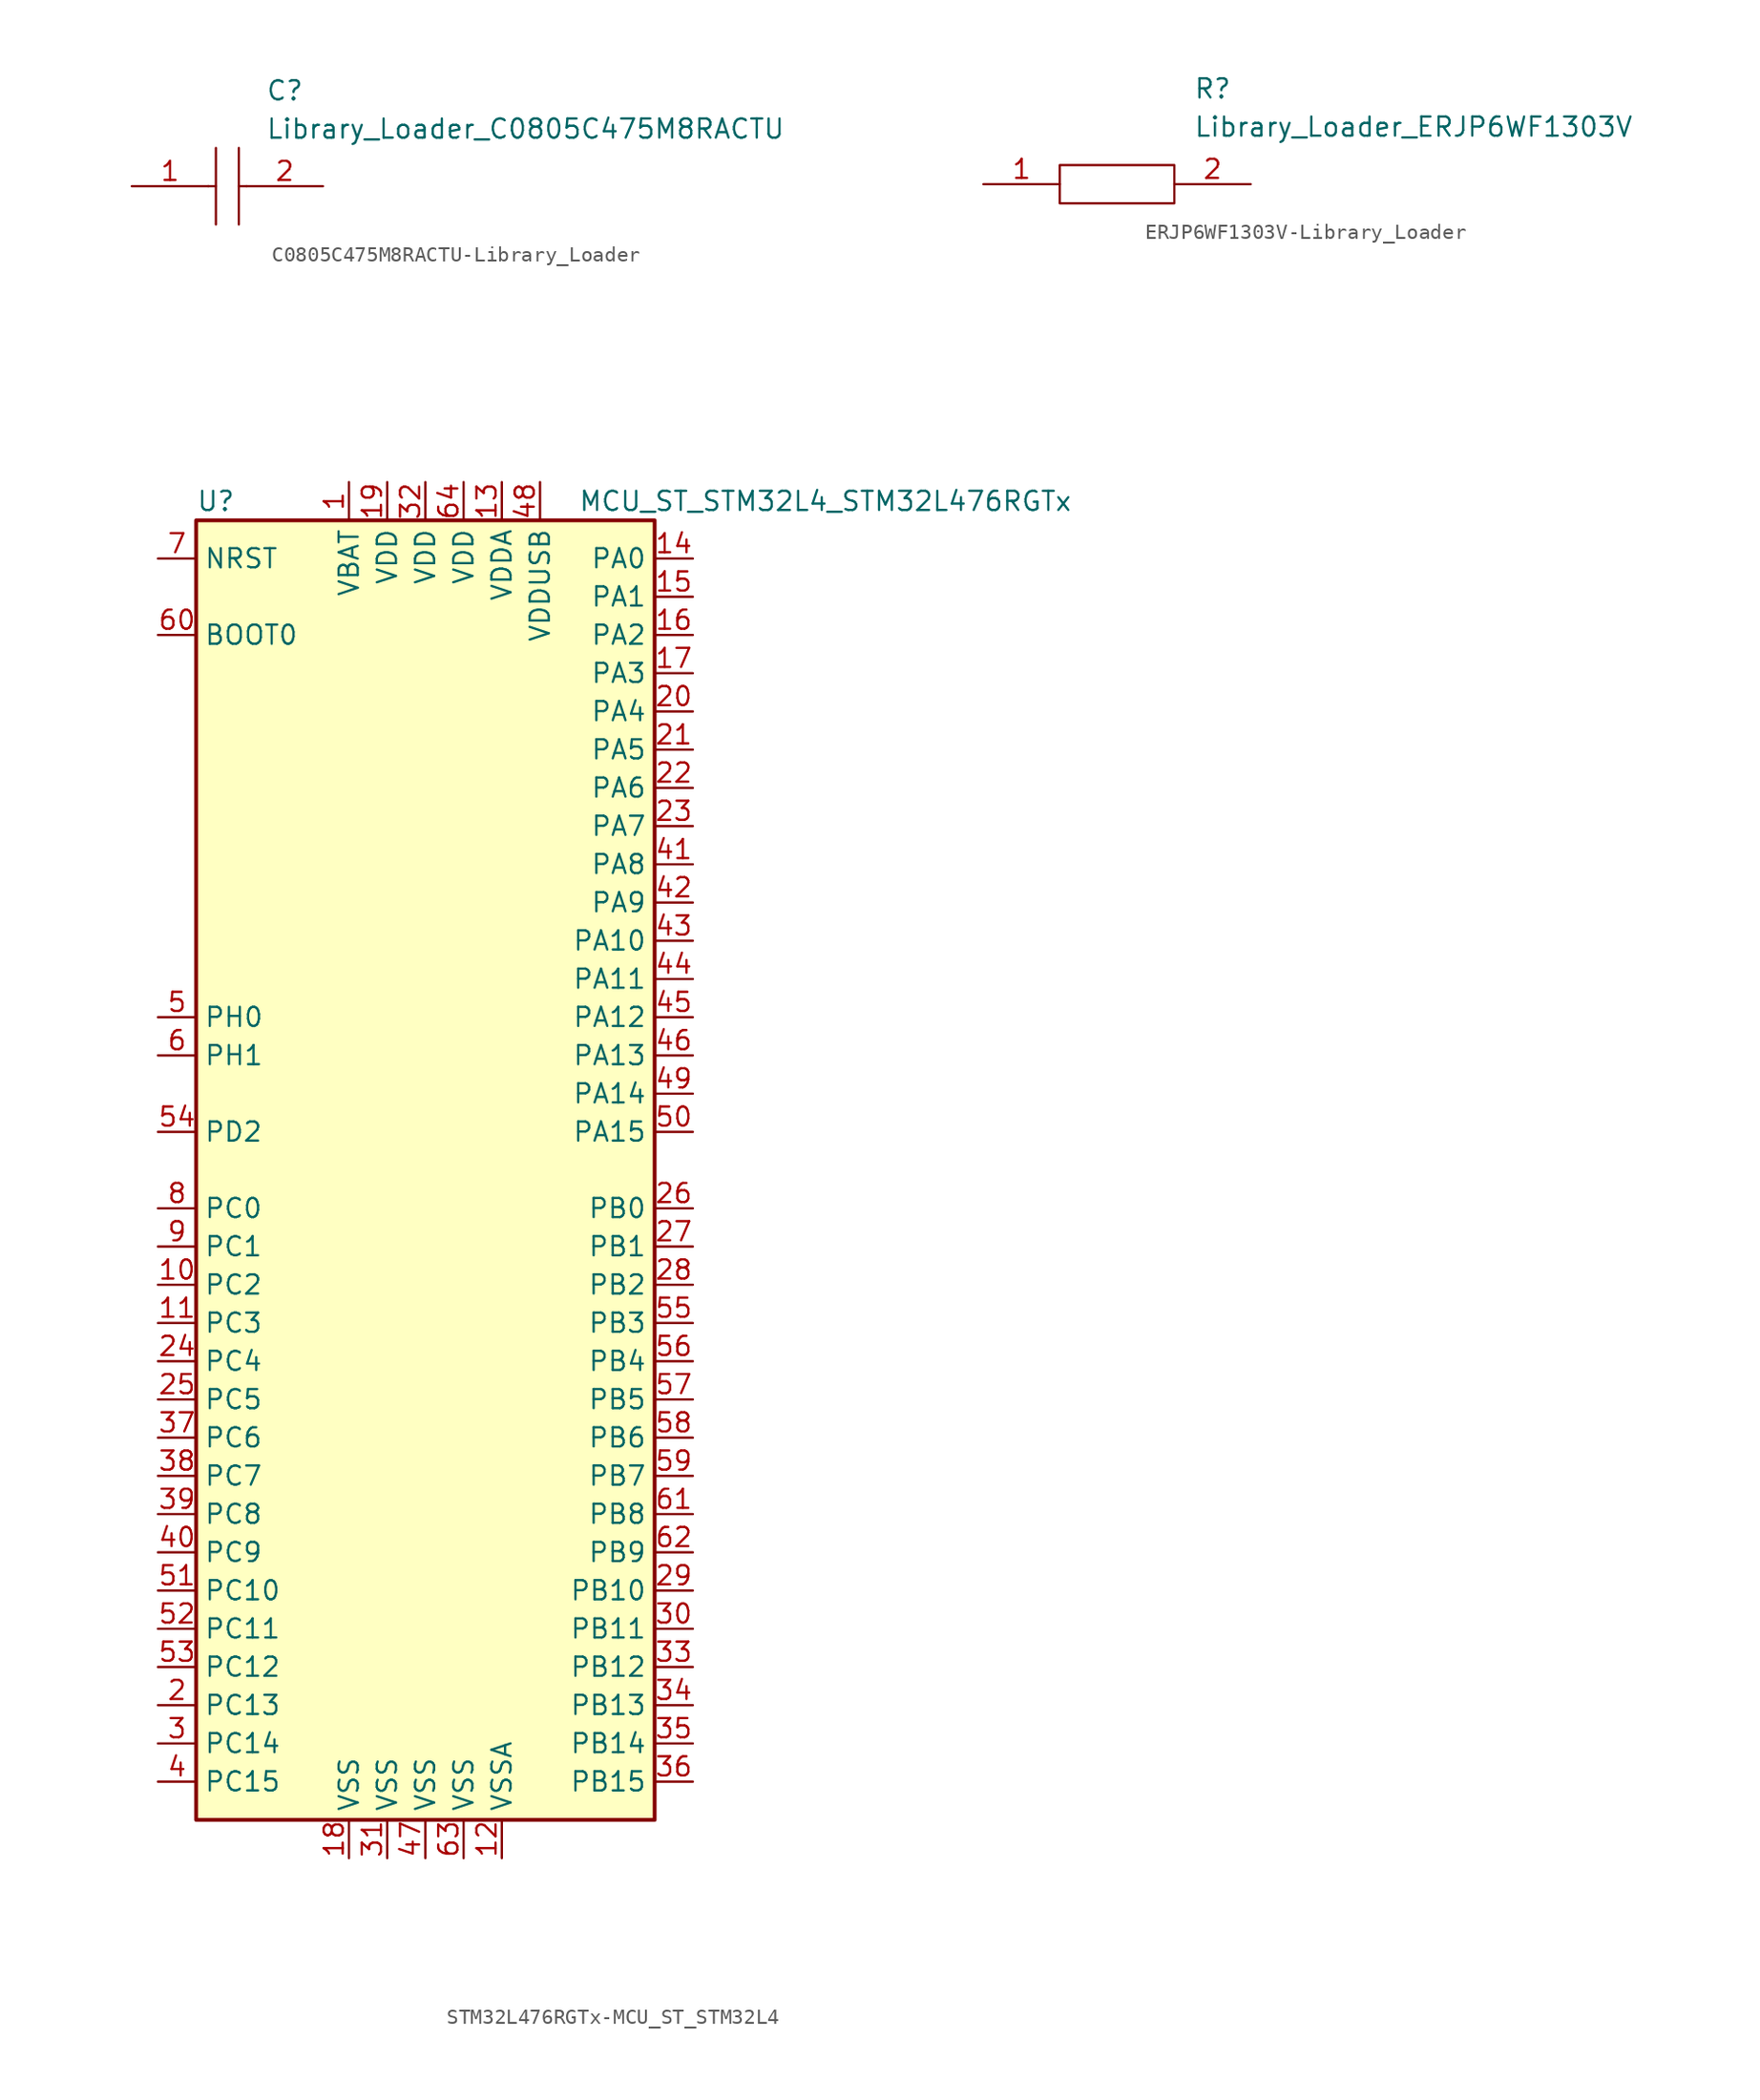
<source format=kicad_sym>
(kicad_symbol_lib
  (version 20220914)
  (generator kicad_symbol_editor)
  (symbol "C0805C475M8RACTU-Library_Loader"
    (pin_names
      (offset 0.762))
    (property "Reference" "C"
      (at 8.89 6.35 0)
      (effects (font (size 1.27 1.27)) (justify left)))
    (property "Value" "Library_Loader_C0805C475M8RACTU"
      (at 8.89 3.81 0)
      (effects (font (size 1.27 1.27)) (justify left)))
    (symbol "C0805C475M8RACTU-Library_Loader_0_0"
      (pin passive line (at 0 0 0) (length 5.08) (name "~" (effects (font (size 1.27 1.27)))) (number "1" (effects (font (size 1.27 1.27)))))
      (pin passive line (at 12.7 0 180) (length 5.08) (name "~" (effects (font (size 1.27 1.27)))) (number "2" (effects (font (size 1.27 1.27))))))
    (symbol "C0805C475M8RACTU-Library_Loader_0_1"
      (polyline (pts (xy 5.08 0) (xy 5.588 0)) (stroke (width 0.152) (type solid)) (fill (type none)))
      (polyline (pts (xy 5.588 2.54) (xy 5.588 -2.54)) (stroke (width 0.152) (type solid)) (fill (type none)))
      (polyline (pts (xy 7.112 0) (xy 7.62 0)) (stroke (width 0.152) (type solid)) (fill (type none)))
      (polyline (pts (xy 7.112 2.54) (xy 7.112 -2.54)) (stroke (width 0.152) (type solid)) (fill (type none)))))
  (symbol "ERJP6WF1303V-Library_Loader"
    (pin_names
      (offset 0.762))
    (property "Reference" "R"
      (at 13.97 6.35 0)
      (effects (font (size 1.27 1.27)) (justify left)))
    (property "Value" "Library_Loader_ERJP6WF1303V"
      (at 13.97 3.81 0)
      (effects (font (size 1.27 1.27)) (justify left)))
    (symbol "ERJP6WF1303V-Library_Loader_0_0"
      (pin passive line (at 0 0 0) (length 5.08) (name "~" (effects (font (size 1.27 1.27)))) (number "1" (effects (font (size 1.27 1.27)))))
      (pin passive line (at 17.78 0 180) (length 5.08) (name "~" (effects (font (size 1.27 1.27)))) (number "2" (effects (font (size 1.27 1.27))))))
    (symbol "ERJP6WF1303V-Library_Loader_0_1"
      (polyline (pts (xy 5.08 1.27) (xy 12.7 1.27) (xy 12.7 -1.27) (xy 5.08 -1.27) (xy 5.08 1.27)) (stroke (width 0.152) (type solid)) (fill (type none)))))
  (symbol "STM32L476RGTx-MCU_ST_STM32L4"
    (property "Reference" "U"
      (at -15.24 44.45 0)
      (effects (font (size 1.27 1.27)) (justify left)))
    (property "Value" "MCU_ST_STM32L4_STM32L476RGTx"
      (at 10.16 44.45 0)
      (effects (font (size 1.27 1.27)) (justify left)))
    (symbol "STM32L476RGTx-MCU_ST_STM32L4_0_1"
      (rectangle (start -15.24 -43.18) (end 15.24 43.18) (stroke (width 0.254) (type solid)) (fill (type background))))
    (symbol "STM32L476RGTx-MCU_ST_STM32L4_1_1"
      (pin power_in line (at -5.08 45.72 270) (length 2.54) (name "VBAT" (effects (font (size 1.27 1.27)))) (number "1" (effects (font (size 1.27 1.27)))))
      (pin bidirectional line (at -17.78 -7.62 0) (length 2.54) (name "PC2" (effects (font (size 1.27 1.27)))) (number "10" (effects (font (size 1.27 1.27)))))
      (pin bidirectional line (at -17.78 -10.16 0) (length 2.54) (name "PC3" (effects (font (size 1.27 1.27)))) (number "11" (effects (font (size 1.27 1.27)))))
      (pin power_in line (at 5.08 -45.72 90) (length 2.54) (name "VSSA" (effects (font (size 1.27 1.27)))) (number "12" (effects (font (size 1.27 1.27)))))
      (pin power_in line (at 5.08 45.72 270) (length 2.54) (name "VDDA" (effects (font (size 1.27 1.27)))) (number "13" (effects (font (size 1.27 1.27)))))
      (pin bidirectional line (at 17.78 40.64 180) (length 2.54) (name "PA0" (effects (font (size 1.27 1.27)))) (number "14" (effects (font (size 1.27 1.27)))))
      (pin bidirectional line (at 17.78 38.1 180) (length 2.54) (name "PA1" (effects (font (size 1.27 1.27)))) (number "15" (effects (font (size 1.27 1.27)))))
      (pin bidirectional line (at 17.78 35.56 180) (length 2.54) (name "PA2" (effects (font (size 1.27 1.27)))) (number "16" (effects (font (size 1.27 1.27)))))
      (pin bidirectional line (at 17.78 33.02 180) (length 2.54) (name "PA3" (effects (font (size 1.27 1.27)))) (number "17" (effects (font (size 1.27 1.27)))))
      (pin power_in line (at -5.08 -45.72 90) (length 2.54) (name "VSS" (effects (font (size 1.27 1.27)))) (number "18" (effects (font (size 1.27 1.27)))))
      (pin power_in line (at -2.54 45.72 270) (length 2.54) (name "VDD" (effects (font (size 1.27 1.27)))) (number "19" (effects (font (size 1.27 1.27)))))
      (pin bidirectional line (at -17.78 -35.56 0) (length 2.54) (name "PC13" (effects (font (size 1.27 1.27)))) (number "2" (effects (font (size 1.27 1.27)))))
      (pin bidirectional line (at 17.78 30.48 180) (length 2.54) (name "PA4" (effects (font (size 1.27 1.27)))) (number "20" (effects (font (size 1.27 1.27)))))
      (pin bidirectional line (at 17.78 27.94 180) (length 2.54) (name "PA5" (effects (font (size 1.27 1.27)))) (number "21" (effects (font (size 1.27 1.27)))))
      (pin bidirectional line (at 17.78 25.4 180) (length 2.54) (name "PA6" (effects (font (size 1.27 1.27)))) (number "22" (effects (font (size 1.27 1.27)))))
      (pin bidirectional line (at 17.78 22.86 180) (length 2.54) (name "PA7" (effects (font (size 1.27 1.27)))) (number "23" (effects (font (size 1.27 1.27)))))
      (pin bidirectional line (at -17.78 -12.7 0) (length 2.54) (name "PC4" (effects (font (size 1.27 1.27)))) (number "24" (effects (font (size 1.27 1.27)))))
      (pin bidirectional line (at -17.78 -15.24 0) (length 2.54) (name "PC5" (effects (font (size 1.27 1.27)))) (number "25" (effects (font (size 1.27 1.27)))))
      (pin bidirectional line (at 17.78 -2.54 180) (length 2.54) (name "PB0" (effects (font (size 1.27 1.27)))) (number "26" (effects (font (size 1.27 1.27)))))
      (pin bidirectional line (at 17.78 -5.08 180) (length 2.54) (name "PB1" (effects (font (size 1.27 1.27)))) (number "27" (effects (font (size 1.27 1.27)))))
      (pin bidirectional line (at 17.78 -7.62 180) (length 2.54) (name "PB2" (effects (font (size 1.27 1.27)))) (number "28" (effects (font (size 1.27 1.27)))))
      (pin bidirectional line (at 17.78 -27.94 180) (length 2.54) (name "PB10" (effects (font (size 1.27 1.27)))) (number "29" (effects (font (size 1.27 1.27)))))
      (pin bidirectional line (at -17.78 -38.1 0) (length 2.54) (name "PC14" (effects (font (size 1.27 1.27)))) (number "3" (effects (font (size 1.27 1.27)))))
      (pin bidirectional line (at 17.78 -30.48 180) (length 2.54) (name "PB11" (effects (font (size 1.27 1.27)))) (number "30" (effects (font (size 1.27 1.27)))))
      (pin power_in line (at -2.54 -45.72 90) (length 2.54) (name "VSS" (effects (font (size 1.27 1.27)))) (number "31" (effects (font (size 1.27 1.27)))))
      (pin power_in line (at 0 45.72 270) (length 2.54) (name "VDD" (effects (font (size 1.27 1.27)))) (number "32" (effects (font (size 1.27 1.27)))))
      (pin bidirectional line (at 17.78 -33.02 180) (length 2.54) (name "PB12" (effects (font (size 1.27 1.27)))) (number "33" (effects (font (size 1.27 1.27)))))
      (pin bidirectional line (at 17.78 -35.56 180) (length 2.54) (name "PB13" (effects (font (size 1.27 1.27)))) (number "34" (effects (font (size 1.27 1.27)))))
      (pin bidirectional line (at 17.78 -38.1 180) (length 2.54) (name "PB14" (effects (font (size 1.27 1.27)))) (number "35" (effects (font (size 1.27 1.27)))))
      (pin bidirectional line (at 17.78 -40.64 180) (length 2.54) (name "PB15" (effects (font (size 1.27 1.27)))) (number "36" (effects (font (size 1.27 1.27)))))
      (pin bidirectional line (at -17.78 -17.78 0) (length 2.54) (name "PC6" (effects (font (size 1.27 1.27)))) (number "37" (effects (font (size 1.27 1.27)))))
      (pin bidirectional line (at -17.78 -20.32 0) (length 2.54) (name "PC7" (effects (font (size 1.27 1.27)))) (number "38" (effects (font (size 1.27 1.27)))))
      (pin bidirectional line (at -17.78 -22.86 0) (length 2.54) (name "PC8" (effects (font (size 1.27 1.27)))) (number "39" (effects (font (size 1.27 1.27)))))
      (pin bidirectional line (at -17.78 -40.64 0) (length 2.54) (name "PC15" (effects (font (size 1.27 1.27)))) (number "4" (effects (font (size 1.27 1.27)))))
      (pin bidirectional line (at -17.78 -25.4 0) (length 2.54) (name "PC9" (effects (font (size 1.27 1.27)))) (number "40" (effects (font (size 1.27 1.27)))))
      (pin bidirectional line (at 17.78 20.32 180) (length 2.54) (name "PA8" (effects (font (size 1.27 1.27)))) (number "41" (effects (font (size 1.27 1.27)))))
      (pin bidirectional line (at 17.78 17.78 180) (length 2.54) (name "PA9" (effects (font (size 1.27 1.27)))) (number "42" (effects (font (size 1.27 1.27)))))
      (pin bidirectional line (at 17.78 15.24 180) (length 2.54) (name "PA10" (effects (font (size 1.27 1.27)))) (number "43" (effects (font (size 1.27 1.27)))))
      (pin bidirectional line (at 17.78 12.7 180) (length 2.54) (name "PA11" (effects (font (size 1.27 1.27)))) (number "44" (effects (font (size 1.27 1.27)))))
      (pin bidirectional line (at 17.78 10.16 180) (length 2.54) (name "PA12" (effects (font (size 1.27 1.27)))) (number "45" (effects (font (size 1.27 1.27)))))
      (pin bidirectional line (at 17.78 7.62 180) (length 2.54) (name "PA13" (effects (font (size 1.27 1.27)))) (number "46" (effects (font (size 1.27 1.27)))))
      (pin power_in line (at 0 -45.72 90) (length 2.54) (name "VSS" (effects (font (size 1.27 1.27)))) (number "47" (effects (font (size 1.27 1.27)))))
      (pin power_in line (at 7.62 45.72 270) (length 2.54) (name "VDDUSB" (effects (font (size 1.27 1.27)))) (number "48" (effects (font (size 1.27 1.27)))))
      (pin bidirectional line (at 17.78 5.08 180) (length 2.54) (name "PA14" (effects (font (size 1.27 1.27)))) (number "49" (effects (font (size 1.27 1.27)))))
      (pin input line (at -17.78 10.16 0) (length 2.54) (name "PH0" (effects (font (size 1.27 1.27)))) (number "5" (effects (font (size 1.27 1.27)))))
      (pin bidirectional line (at 17.78 2.54 180) (length 2.54) (name "PA15" (effects (font (size 1.27 1.27)))) (number "50" (effects (font (size 1.27 1.27)))))
      (pin bidirectional line (at -17.78 -27.94 0) (length 2.54) (name "PC10" (effects (font (size 1.27 1.27)))) (number "51" (effects (font (size 1.27 1.27)))))
      (pin bidirectional line (at -17.78 -30.48 0) (length 2.54) (name "PC11" (effects (font (size 1.27 1.27)))) (number "52" (effects (font (size 1.27 1.27)))))
      (pin bidirectional line (at -17.78 -33.02 0) (length 2.54) (name "PC12" (effects (font (size 1.27 1.27)))) (number "53" (effects (font (size 1.27 1.27)))))
      (pin bidirectional line (at -17.78 2.54 0) (length 2.54) (name "PD2" (effects (font (size 1.27 1.27)))) (number "54" (effects (font (size 1.27 1.27)))))
      (pin bidirectional line (at 17.78 -10.16 180) (length 2.54) (name "PB3" (effects (font (size 1.27 1.27)))) (number "55" (effects (font (size 1.27 1.27)))))
      (pin bidirectional line (at 17.78 -12.7 180) (length 2.54) (name "PB4" (effects (font (size 1.27 1.27)))) (number "56" (effects (font (size 1.27 1.27)))))
      (pin bidirectional line (at 17.78 -15.24 180) (length 2.54) (name "PB5" (effects (font (size 1.27 1.27)))) (number "57" (effects (font (size 1.27 1.27)))))
      (pin bidirectional line (at 17.78 -17.78 180) (length 2.54) (name "PB6" (effects (font (size 1.27 1.27)))) (number "58" (effects (font (size 1.27 1.27)))))
      (pin bidirectional line (at 17.78 -20.32 180) (length 2.54) (name "PB7" (effects (font (size 1.27 1.27)))) (number "59" (effects (font (size 1.27 1.27)))))
      (pin input line (at -17.78 7.62 0) (length 2.54) (name "PH1" (effects (font (size 1.27 1.27)))) (number "6" (effects (font (size 1.27 1.27)))))
      (pin input line (at -17.78 35.56 0) (length 2.54) (name "BOOT0" (effects (font (size 1.27 1.27)))) (number "60" (effects (font (size 1.27 1.27)))))
      (pin bidirectional line (at 17.78 -22.86 180) (length 2.54) (name "PB8" (effects (font (size 1.27 1.27)))) (number "61" (effects (font (size 1.27 1.27)))))
      (pin bidirectional line (at 17.78 -25.4 180) (length 2.54) (name "PB9" (effects (font (size 1.27 1.27)))) (number "62" (effects (font (size 1.27 1.27)))))
      (pin power_in line (at 2.54 -45.72 90) (length 2.54) (name "VSS" (effects (font (size 1.27 1.27)))) (number "63" (effects (font (size 1.27 1.27)))))
      (pin power_in line (at 2.54 45.72 270) (length 2.54) (name "VDD" (effects (font (size 1.27 1.27)))) (number "64" (effects (font (size 1.27 1.27)))))
      (pin input line (at -17.78 40.64 0) (length 2.54) (name "NRST" (effects (font (size 1.27 1.27)))) (number "7" (effects (font (size 1.27 1.27)))))
      (pin bidirectional line (at -17.78 -2.54 0) (length 2.54) (name "PC0" (effects (font (size 1.27 1.27)))) (number "8" (effects (font (size 1.27 1.27)))))
      (pin bidirectional line (at -17.78 -5.08 0) (length 2.54) (name "PC1" (effects (font (size 1.27 1.27)))) (number "9" (effects (font (size 1.27 1.27))))))))
</source>
